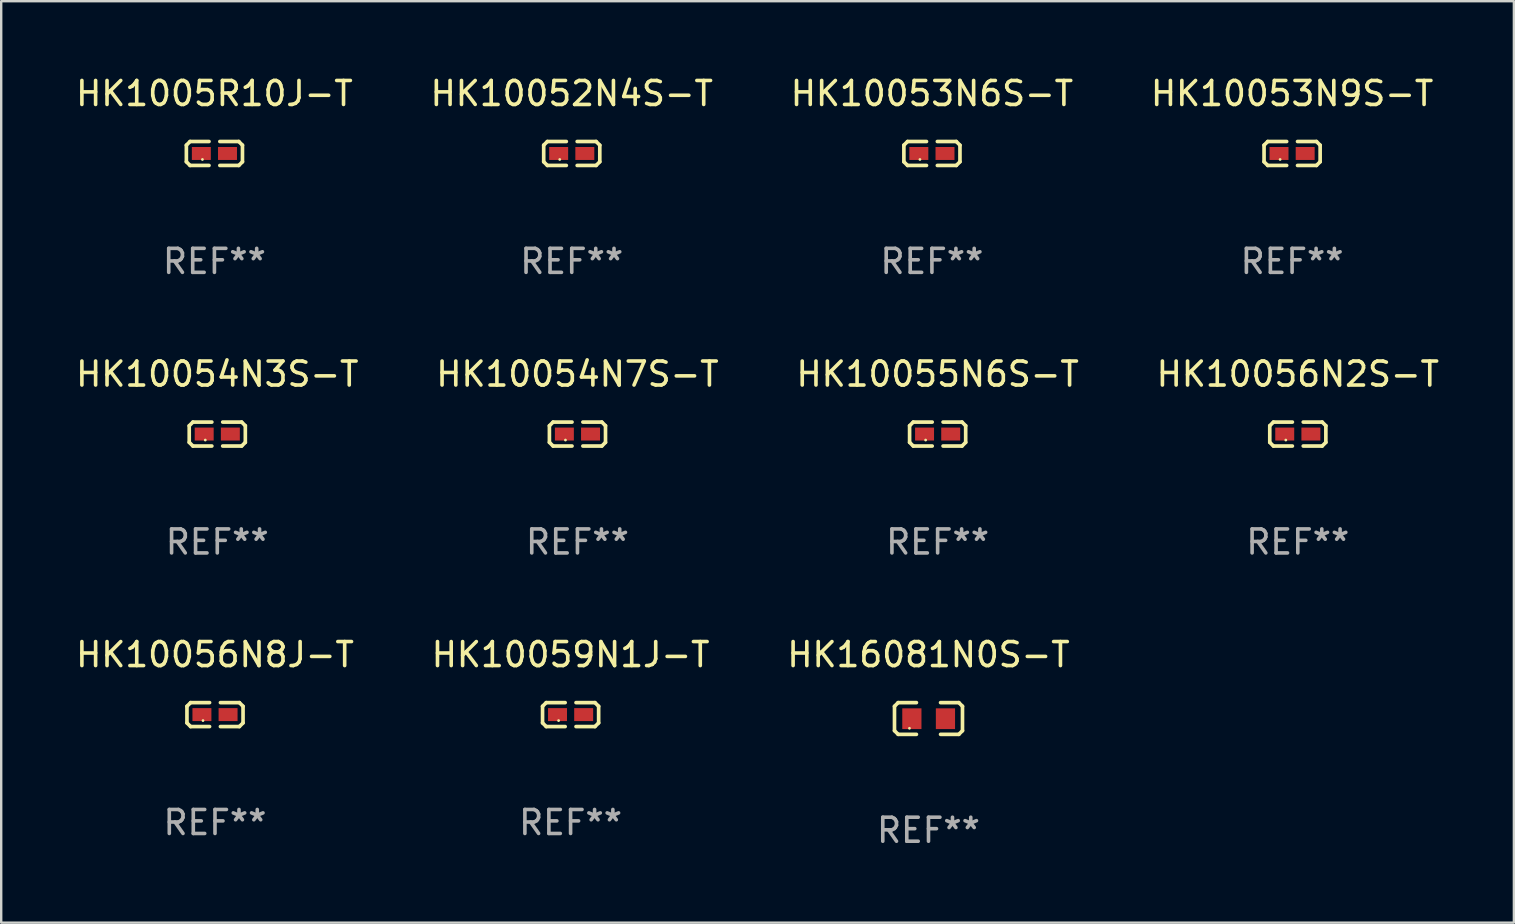
<source format=kicad_pcb>
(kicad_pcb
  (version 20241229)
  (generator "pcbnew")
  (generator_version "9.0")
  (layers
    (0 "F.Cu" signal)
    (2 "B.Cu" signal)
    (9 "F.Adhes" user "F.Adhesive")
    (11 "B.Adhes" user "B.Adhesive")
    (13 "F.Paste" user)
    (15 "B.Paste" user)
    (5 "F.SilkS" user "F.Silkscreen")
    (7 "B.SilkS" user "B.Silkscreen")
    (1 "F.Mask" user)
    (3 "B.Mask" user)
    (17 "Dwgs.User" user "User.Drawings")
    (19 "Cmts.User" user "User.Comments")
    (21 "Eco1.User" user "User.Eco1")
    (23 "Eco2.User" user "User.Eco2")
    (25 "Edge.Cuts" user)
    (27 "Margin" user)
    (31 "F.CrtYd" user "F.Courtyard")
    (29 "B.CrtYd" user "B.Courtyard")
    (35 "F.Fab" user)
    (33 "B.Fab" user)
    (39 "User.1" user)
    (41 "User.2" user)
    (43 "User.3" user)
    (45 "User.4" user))
  (footprint "HK1005R10J-T"
    (layer "F.Cu")
    (at 5.887 3.347)
    (property "Reference" "HK1005R10J-T" (at 0 -2.499 0) (layer "F.SilkS") (effects (font (size 1 1) (thickness 0.15))))
    (attr through_hole)
    (fp_line (start -1.169 -0.346) (end -1.016 -0.499) (stroke (width 0.152) (type solid)) (layer "F.SilkS"))
    (fp_line (start -1.169 0.346) (end -1.169 -0.346) (stroke (width 0.152) (type solid)) (layer "F.SilkS"))
    (fp_line (start -1.016 -0.499) (end -0.226 -0.499) (stroke (width 0.152) (type solid)) (layer "F.SilkS"))
    (fp_line (start -1.016 0.499) (end -1.169 0.346) (stroke (width 0.152) (type solid)) (layer "F.SilkS"))
    (fp_line (start -0.226 0.499) (end -1.016 0.499) (stroke (width 0.152) (type solid)) (layer "F.SilkS"))
    (fp_line (start 0.226 0.499) (end 1.016 0.499) (stroke (width 0.152) (type solid)) (layer "F.SilkS"))
    (fp_line (start 1.016 -0.499) (end 0.226 -0.499) (stroke (width 0.152) (type solid)) (layer "F.SilkS"))
    (fp_line (start 1.016 0.499) (end 1.169 0.346) (stroke (width 0.152) (type solid)) (layer "F.SilkS"))
    (fp_line (start 1.169 -0.346) (end 1.016 -0.499) (stroke (width 0.152) (type solid)) (layer "F.SilkS"))
    (fp_line (start 1.169 0.346) (end 1.169 -0.346) (stroke (width 0.152) (type solid)) (layer "F.SilkS"))
    (fp_circle (center -0.5 0.25) (end -0.47 0.25) (stroke (width 0.06) (type solid)) (fill no) (layer "F.SilkS"))
    (fp_text user "REF**" (at 0 4.499 0) (layer "F.Fab") (effects (font (size 1 1) (thickness 0.15))))
    (pad "1" smd rect (at -0.545 0) (size 0.79 0.54) (layers "F.Cu" "F.Mask" "F.Paste"))
    (pad "2" smd rect (at 0.545 0) (size 0.79 0.54) (layers "F.Cu" "F.Mask" "F.Paste")))
  (footprint "HK10055N6S-T"
    (layer "F.Cu")
    (at 36.03 15.041)
    (property "Reference" "HK10055N6S-T" (at 0 -2.499 0) (layer "F.SilkS") (effects (font (size 1 1) (thickness 0.15))))
    (attr through_hole)
    (fp_line (start -1.169 -0.346) (end -1.016 -0.499) (stroke (width 0.152) (type solid)) (layer "F.SilkS"))
    (fp_line (start -1.169 0.346) (end -1.169 -0.346) (stroke (width 0.152) (type solid)) (layer "F.SilkS"))
    (fp_line (start -1.016 -0.499) (end -0.226 -0.499) (stroke (width 0.152) (type solid)) (layer "F.SilkS"))
    (fp_line (start -1.016 0.499) (end -1.169 0.346) (stroke (width 0.152) (type solid)) (layer "F.SilkS"))
    (fp_line (start -0.226 0.499) (end -1.016 0.499) (stroke (width 0.152) (type solid)) (layer "F.SilkS"))
    (fp_line (start 0.226 0.499) (end 1.016 0.499) (stroke (width 0.152) (type solid)) (layer "F.SilkS"))
    (fp_line (start 1.016 -0.499) (end 0.226 -0.499) (stroke (width 0.152) (type solid)) (layer "F.SilkS"))
    (fp_line (start 1.016 0.499) (end 1.169 0.346) (stroke (width 0.152) (type solid)) (layer "F.SilkS"))
    (fp_line (start 1.169 -0.346) (end 1.016 -0.499) (stroke (width 0.152) (type solid)) (layer "F.SilkS"))
    (fp_line (start 1.169 0.346) (end 1.169 -0.346) (stroke (width 0.152) (type solid)) (layer "F.SilkS"))
    (fp_circle (center -0.5 0.25) (end -0.47 0.25) (stroke (width 0.06) (type solid)) (fill no) (layer "F.SilkS"))
    (fp_text user "REF**" (at 0 4.499 0) (layer "F.Fab") (effects (font (size 1 1) (thickness 0.15))))
    (pad "1" smd rect (at -0.545 0) (size 0.79 0.54) (layers "F.Cu" "F.Mask" "F.Paste"))
    (pad "2" smd rect (at 0.545 0) (size 0.79 0.54) (layers "F.Cu" "F.Mask" "F.Paste")))
  (footprint "HK16081N0S-T"
    (layer "F.Cu")
    (at 35.649 26.896)
    (property "Reference" "HK16081N0S-T" (at 0 -2.661 0) (layer "F.SilkS") (effects (font (size 1 1) (thickness 0.15))))
    (attr through_hole)
    (fp_line (start -1.417 -0.508) (end -1.265 -0.661) (stroke (width 0.152) (type solid)) (layer "F.SilkS"))
    (fp_line (start -1.417 0.508) (end -1.417 -0.508) (stroke (width 0.152) (type solid)) (layer "F.SilkS"))
    (fp_line (start -1.265 -0.661) (end -0.503 -0.661) (stroke (width 0.152) (type solid)) (layer "F.SilkS"))
    (fp_line (start -1.265 0.661) (end -1.417 0.508) (stroke (width 0.152) (type solid)) (layer "F.SilkS"))
    (fp_line (start -1.265 0.661) (end -0.503 0.661) (stroke (width 0.152) (type solid)) (layer "F.SilkS"))
    (fp_line (start 1.265 -0.661) (end 0.503 -0.661) (stroke (width 0.152) (type solid)) (layer "F.SilkS"))
    (fp_line (start 1.265 -0.661) (end 1.417 -0.508) (stroke (width 0.152) (type solid)) (layer "F.SilkS"))
    (fp_line (start 1.265 0.661) (end 0.503 0.661) (stroke (width 0.152) (type solid)) (layer "F.SilkS"))
    (fp_line (start 1.417 -0.508) (end 1.417 0.508) (stroke (width 0.152) (type solid)) (layer "F.SilkS"))
    (fp_line (start 1.417 0.508) (end 1.265 0.661) (stroke (width 0.152) (type solid)) (layer "F.SilkS"))
    (fp_circle (center -0.793 0.409) (end -0.763 0.409) (stroke (width 0.06) (type solid)) (fill no) (layer "F.SilkS"))
    (fp_text user "REF**" (at 0 4.661 0) (layer "F.Fab") (effects (font (size 1 1) (thickness 0.15))))
    (pad "1" smd rect (at -0.693 0.009 180) (size 0.8 0.864) (layers "F.Cu" "F.Mask" "F.Paste"))
    (pad "2" smd rect (at 0.707 0.009 180) (size 0.8 0.864) (layers "F.Cu" "F.Mask" "F.Paste")))
  (footprint "HK10052N4S-T"
    (layer "F.Cu")
    (at 20.78 3.347)
    (property "Reference" "HK10052N4S-T" (at 0 -2.499 0) (layer "F.SilkS") (effects (font (size 1 1) (thickness 0.15))))
    (attr through_hole)
    (fp_line (start -1.169 -0.346) (end -1.016 -0.499) (stroke (width 0.152) (type solid)) (layer "F.SilkS"))
    (fp_line (start -1.169 0.346) (end -1.169 -0.346) (stroke (width 0.152) (type solid)) (layer "F.SilkS"))
    (fp_line (start -1.016 -0.499) (end -0.226 -0.499) (stroke (width 0.152) (type solid)) (layer "F.SilkS"))
    (fp_line (start -1.016 0.499) (end -1.169 0.346) (stroke (width 0.152) (type solid)) (layer "F.SilkS"))
    (fp_line (start -0.226 0.499) (end -1.016 0.499) (stroke (width 0.152) (type solid)) (layer "F.SilkS"))
    (fp_line (start 0.226 0.499) (end 1.016 0.499) (stroke (width 0.152) (type solid)) (layer "F.SilkS"))
    (fp_line (start 1.016 -0.499) (end 0.226 -0.499) (stroke (width 0.152) (type solid)) (layer "F.SilkS"))
    (fp_line (start 1.016 0.499) (end 1.169 0.346) (stroke (width 0.152) (type solid)) (layer "F.SilkS"))
    (fp_line (start 1.169 -0.346) (end 1.016 -0.499) (stroke (width 0.152) (type solid)) (layer "F.SilkS"))
    (fp_line (start 1.169 0.346) (end 1.169 -0.346) (stroke (width 0.152) (type solid)) (layer "F.SilkS"))
    (fp_circle (center -0.5 0.25) (end -0.47 0.25) (stroke (width 0.06) (type solid)) (fill no) (layer "F.SilkS"))
    (fp_text user "REF**" (at 0 4.499 0) (layer "F.Fab") (effects (font (size 1 1) (thickness 0.15))))
    (pad "1" smd rect (at -0.545 0) (size 0.79 0.54) (layers "F.Cu" "F.Mask" "F.Paste"))
    (pad "2" smd rect (at 0.545 0) (size 0.79 0.54) (layers "F.Cu" "F.Mask" "F.Paste")))
  (footprint "HK10054N3S-T"
    (layer "F.Cu")
    (at 6.006 15.041)
    (property "Reference" "HK10054N3S-T" (at 0 -2.499 0) (layer "F.SilkS") (effects (font (size 1 1) (thickness 0.15))))
    (attr through_hole)
    (fp_line (start -1.169 -0.346) (end -1.016 -0.499) (stroke (width 0.152) (type solid)) (layer "F.SilkS"))
    (fp_line (start -1.169 0.346) (end -1.169 -0.346) (stroke (width 0.152) (type solid)) (layer "F.SilkS"))
    (fp_line (start -1.016 -0.499) (end -0.226 -0.499) (stroke (width 0.152) (type solid)) (layer "F.SilkS"))
    (fp_line (start -1.016 0.499) (end -1.169 0.346) (stroke (width 0.152) (type solid)) (layer "F.SilkS"))
    (fp_line (start -0.226 0.499) (end -1.016 0.499) (stroke (width 0.152) (type solid)) (layer "F.SilkS"))
    (fp_line (start 0.226 0.499) (end 1.016 0.499) (stroke (width 0.152) (type solid)) (layer "F.SilkS"))
    (fp_line (start 1.016 -0.499) (end 0.226 -0.499) (stroke (width 0.152) (type solid)) (layer "F.SilkS"))
    (fp_line (start 1.016 0.499) (end 1.169 0.346) (stroke (width 0.152) (type solid)) (layer "F.SilkS"))
    (fp_line (start 1.169 -0.346) (end 1.016 -0.499) (stroke (width 0.152) (type solid)) (layer "F.SilkS"))
    (fp_line (start 1.169 0.346) (end 1.169 -0.346) (stroke (width 0.152) (type solid)) (layer "F.SilkS"))
    (fp_circle (center -0.5 0.25) (end -0.47 0.25) (stroke (width 0.06) (type solid)) (fill no) (layer "F.SilkS"))
    (fp_text user "REF**" (at 0 4.499 0) (layer "F.Fab") (effects (font (size 1 1) (thickness 0.15))))
    (pad "1" smd rect (at -0.545 0) (size 0.79 0.54) (layers "F.Cu" "F.Mask" "F.Paste"))
    (pad "2" smd rect (at 0.545 0) (size 0.79 0.54) (layers "F.Cu" "F.Mask" "F.Paste")))
  (footprint "HK10054N7S-T"
    (layer "F.Cu")
    (at 21.018 15.041)
    (property "Reference" "HK10054N7S-T" (at 0 -2.499 0) (layer "F.SilkS") (effects (font (size 1 1) (thickness 0.15))))
    (attr through_hole)
    (fp_line (start -1.169 -0.346) (end -1.016 -0.499) (stroke (width 0.152) (type solid)) (layer "F.SilkS"))
    (fp_line (start -1.169 0.346) (end -1.169 -0.346) (stroke (width 0.152) (type solid)) (layer "F.SilkS"))
    (fp_line (start -1.016 -0.499) (end -0.226 -0.499) (stroke (width 0.152) (type solid)) (layer "F.SilkS"))
    (fp_line (start -1.016 0.499) (end -1.169 0.346) (stroke (width 0.152) (type solid)) (layer "F.SilkS"))
    (fp_line (start -0.226 0.499) (end -1.016 0.499) (stroke (width 0.152) (type solid)) (layer "F.SilkS"))
    (fp_line (start 0.226 0.499) (end 1.016 0.499) (stroke (width 0.152) (type solid)) (layer "F.SilkS"))
    (fp_line (start 1.016 -0.499) (end 0.226 -0.499) (stroke (width 0.152) (type solid)) (layer "F.SilkS"))
    (fp_line (start 1.016 0.499) (end 1.169 0.346) (stroke (width 0.152) (type solid)) (layer "F.SilkS"))
    (fp_line (start 1.169 -0.346) (end 1.016 -0.499) (stroke (width 0.152) (type solid)) (layer "F.SilkS"))
    (fp_line (start 1.169 0.346) (end 1.169 -0.346) (stroke (width 0.152) (type solid)) (layer "F.SilkS"))
    (fp_circle (center -0.5 0.25) (end -0.47 0.25) (stroke (width 0.06) (type solid)) (fill no) (layer "F.SilkS"))
    (fp_text user "REF**" (at 0 4.499 0) (layer "F.Fab") (effects (font (size 1 1) (thickness 0.15))))
    (pad "1" smd rect (at -0.545 0) (size 0.79 0.54) (layers "F.Cu" "F.Mask" "F.Paste"))
    (pad "2" smd rect (at 0.545 0) (size 0.79 0.54) (layers "F.Cu" "F.Mask" "F.Paste")))
  (footprint "HK10053N6S-T"
    (layer "F.Cu")
    (at 35.792 3.347)
    (property "Reference" "HK10053N6S-T" (at 0 -2.499 0) (layer "F.SilkS") (effects (font (size 1 1) (thickness 0.15))))
    (attr through_hole)
    (fp_line (start -1.169 -0.346) (end -1.016 -0.499) (stroke (width 0.152) (type solid)) (layer "F.SilkS"))
    (fp_line (start -1.169 0.346) (end -1.169 -0.346) (stroke (width 0.152) (type solid)) (layer "F.SilkS"))
    (fp_line (start -1.016 -0.499) (end -0.226 -0.499) (stroke (width 0.152) (type solid)) (layer "F.SilkS"))
    (fp_line (start -1.016 0.499) (end -1.169 0.346) (stroke (width 0.152) (type solid)) (layer "F.SilkS"))
    (fp_line (start -0.226 0.499) (end -1.016 0.499) (stroke (width 0.152) (type solid)) (layer "F.SilkS"))
    (fp_line (start 0.226 0.499) (end 1.016 0.499) (stroke (width 0.152) (type solid)) (layer "F.SilkS"))
    (fp_line (start 1.016 -0.499) (end 0.226 -0.499) (stroke (width 0.152) (type solid)) (layer "F.SilkS"))
    (fp_line (start 1.016 0.499) (end 1.169 0.346) (stroke (width 0.152) (type solid)) (layer "F.SilkS"))
    (fp_line (start 1.169 -0.346) (end 1.016 -0.499) (stroke (width 0.152) (type solid)) (layer "F.SilkS"))
    (fp_line (start 1.169 0.346) (end 1.169 -0.346) (stroke (width 0.152) (type solid)) (layer "F.SilkS"))
    (fp_circle (center -0.5 0.25) (end -0.47 0.25) (stroke (width 0.06) (type solid)) (fill no) (layer "F.SilkS"))
    (fp_text user "REF**" (at 0 4.499 0) (layer "F.Fab") (effects (font (size 1 1) (thickness 0.15))))
    (pad "1" smd rect (at -0.545 0) (size 0.79 0.54) (layers "F.Cu" "F.Mask" "F.Paste"))
    (pad "2" smd rect (at 0.545 0) (size 0.79 0.54) (layers "F.Cu" "F.Mask" "F.Paste")))
  (footprint "HK10059N1J-T"
    (layer "F.Cu")
    (at 20.732 26.734)
    (property "Reference" "HK10059N1J-T" (at 0 -2.499 0) (layer "F.SilkS") (effects (font (size 1 1) (thickness 0.15))))
    (attr through_hole)
    (fp_line (start -1.169 -0.346) (end -1.016 -0.499) (stroke (width 0.152) (type solid)) (layer "F.SilkS"))
    (fp_line (start -1.169 0.346) (end -1.169 -0.346) (stroke (width 0.152) (type solid)) (layer "F.SilkS"))
    (fp_line (start -1.016 -0.499) (end -0.226 -0.499) (stroke (width 0.152) (type solid)) (layer "F.SilkS"))
    (fp_line (start -1.016 0.499) (end -1.169 0.346) (stroke (width 0.152) (type solid)) (layer "F.SilkS"))
    (fp_line (start -0.226 0.499) (end -1.016 0.499) (stroke (width 0.152) (type solid)) (layer "F.SilkS"))
    (fp_line (start 0.226 0.499) (end 1.016 0.499) (stroke (width 0.152) (type solid)) (layer "F.SilkS"))
    (fp_line (start 1.016 -0.499) (end 0.226 -0.499) (stroke (width 0.152) (type solid)) (layer "F.SilkS"))
    (fp_line (start 1.016 0.499) (end 1.169 0.346) (stroke (width 0.152) (type solid)) (layer "F.SilkS"))
    (fp_line (start 1.169 -0.346) (end 1.016 -0.499) (stroke (width 0.152) (type solid)) (layer "F.SilkS"))
    (fp_line (start 1.169 0.346) (end 1.169 -0.346) (stroke (width 0.152) (type solid)) (layer "F.SilkS"))
    (fp_circle (center -0.5 0.25) (end -0.47 0.25) (stroke (width 0.06) (type solid)) (fill no) (layer "F.SilkS"))
    (fp_text user "REF**" (at 0 4.499 0) (layer "F.Fab") (effects (font (size 1 1) (thickness 0.15))))
    (pad "1" smd rect (at -0.545 0) (size 0.79 0.54) (layers "F.Cu" "F.Mask" "F.Paste"))
    (pad "2" smd rect (at 0.545 0) (size 0.79 0.54) (layers "F.Cu" "F.Mask" "F.Paste")))
  (footprint "HK10056N2S-T"
    (layer "F.Cu")
    (at 51.042 15.041)
    (property "Reference" "HK10056N2S-T" (at 0 -2.499 0) (layer "F.SilkS") (effects (font (size 1 1) (thickness 0.15))))
    (attr through_hole)
    (fp_line (start -1.169 -0.346) (end -1.016 -0.499) (stroke (width 0.152) (type solid)) (layer "F.SilkS"))
    (fp_line (start -1.169 0.346) (end -1.169 -0.346) (stroke (width 0.152) (type solid)) (layer "F.SilkS"))
    (fp_line (start -1.016 -0.499) (end -0.226 -0.499) (stroke (width 0.152) (type solid)) (layer "F.SilkS"))
    (fp_line (start -1.016 0.499) (end -1.169 0.346) (stroke (width 0.152) (type solid)) (layer "F.SilkS"))
    (fp_line (start -0.226 0.499) (end -1.016 0.499) (stroke (width 0.152) (type solid)) (layer "F.SilkS"))
    (fp_line (start 0.226 0.499) (end 1.016 0.499) (stroke (width 0.152) (type solid)) (layer "F.SilkS"))
    (fp_line (start 1.016 -0.499) (end 0.226 -0.499) (stroke (width 0.152) (type solid)) (layer "F.SilkS"))
    (fp_line (start 1.016 0.499) (end 1.169 0.346) (stroke (width 0.152) (type solid)) (layer "F.SilkS"))
    (fp_line (start 1.169 -0.346) (end 1.016 -0.499) (stroke (width 0.152) (type solid)) (layer "F.SilkS"))
    (fp_line (start 1.169 0.346) (end 1.169 -0.346) (stroke (width 0.152) (type solid)) (layer "F.SilkS"))
    (fp_circle (center -0.5 0.25) (end -0.47 0.25) (stroke (width 0.06) (type solid)) (fill no) (layer "F.SilkS"))
    (fp_text user "REF**" (at 0 4.499 0) (layer "F.Fab") (effects (font (size 1 1) (thickness 0.15))))
    (pad "1" smd rect (at -0.545 0) (size 0.79 0.54) (layers "F.Cu" "F.Mask" "F.Paste"))
    (pad "2" smd rect (at 0.545 0) (size 0.79 0.54) (layers "F.Cu" "F.Mask" "F.Paste")))
  (footprint "HK10056N8J-T"
    (layer "F.Cu")
    (at 5.911 26.734)
    (property "Reference" "HK10056N8J-T" (at 0 -2.499 0) (layer "F.SilkS") (effects (font (size 1 1) (thickness 0.15))))
    (attr through_hole)
    (fp_line (start -1.169 -0.346) (end -1.016 -0.499) (stroke (width 0.152) (type solid)) (layer "F.SilkS"))
    (fp_line (start -1.169 0.346) (end -1.169 -0.346) (stroke (width 0.152) (type solid)) (layer "F.SilkS"))
    (fp_line (start -1.016 -0.499) (end -0.226 -0.499) (stroke (width 0.152) (type solid)) (layer "F.SilkS"))
    (fp_line (start -1.016 0.499) (end -1.169 0.346) (stroke (width 0.152) (type solid)) (layer "F.SilkS"))
    (fp_line (start -0.226 0.499) (end -1.016 0.499) (stroke (width 0.152) (type solid)) (layer "F.SilkS"))
    (fp_line (start 0.226 0.499) (end 1.016 0.499) (stroke (width 0.152) (type solid)) (layer "F.SilkS"))
    (fp_line (start 1.016 -0.499) (end 0.226 -0.499) (stroke (width 0.152) (type solid)) (layer "F.SilkS"))
    (fp_line (start 1.016 0.499) (end 1.169 0.346) (stroke (width 0.152) (type solid)) (layer "F.SilkS"))
    (fp_line (start 1.169 -0.346) (end 1.016 -0.499) (stroke (width 0.152) (type solid)) (layer "F.SilkS"))
    (fp_line (start 1.169 0.346) (end 1.169 -0.346) (stroke (width 0.152) (type solid)) (layer "F.SilkS"))
    (fp_circle (center -0.5 0.25) (end -0.47 0.25) (stroke (width 0.06) (type solid)) (fill no) (layer "F.SilkS"))
    (fp_text user "REF**" (at 0 4.499 0) (layer "F.Fab") (effects (font (size 1 1) (thickness 0.15))))
    (pad "1" smd rect (at -0.545 0) (size 0.79 0.54) (layers "F.Cu" "F.Mask" "F.Paste"))
    (pad "2" smd rect (at 0.545 0) (size 0.79 0.54) (layers "F.Cu" "F.Mask" "F.Paste")))
  (footprint "HK10053N9S-T"
    (layer "F.Cu")
    (at 50.804 3.347)
    (property "Reference" "HK10053N9S-T" (at 0 -2.499 0) (layer "F.SilkS") (effects (font (size 1 1) (thickness 0.15))))
    (attr through_hole)
    (fp_line (start -1.169 -0.346) (end -1.016 -0.499) (stroke (width 0.152) (type solid)) (layer "F.SilkS"))
    (fp_line (start -1.169 0.346) (end -1.169 -0.346) (stroke (width 0.152) (type solid)) (layer "F.SilkS"))
    (fp_line (start -1.016 -0.499) (end -0.226 -0.499) (stroke (width 0.152) (type solid)) (layer "F.SilkS"))
    (fp_line (start -1.016 0.499) (end -1.169 0.346) (stroke (width 0.152) (type solid)) (layer "F.SilkS"))
    (fp_line (start -0.226 0.499) (end -1.016 0.499) (stroke (width 0.152) (type solid)) (layer "F.SilkS"))
    (fp_line (start 0.226 0.499) (end 1.016 0.499) (stroke (width 0.152) (type solid)) (layer "F.SilkS"))
    (fp_line (start 1.016 -0.499) (end 0.226 -0.499) (stroke (width 0.152) (type solid)) (layer "F.SilkS"))
    (fp_line (start 1.016 0.499) (end 1.169 0.346) (stroke (width 0.152) (type solid)) (layer "F.SilkS"))
    (fp_line (start 1.169 -0.346) (end 1.016 -0.499) (stroke (width 0.152) (type solid)) (layer "F.SilkS"))
    (fp_line (start 1.169 0.346) (end 1.169 -0.346) (stroke (width 0.152) (type solid)) (layer "F.SilkS"))
    (fp_circle (center -0.5 0.25) (end -0.47 0.25) (stroke (width 0.06) (type solid)) (fill no) (layer "F.SilkS"))
    (fp_text user "REF**" (at 0 4.499 0) (layer "F.Fab") (effects (font (size 1 1) (thickness 0.15))))
    (pad "1" smd rect (at -0.545 0) (size 0.79 0.54) (layers "F.Cu" "F.Mask" "F.Paste"))
    (pad "2" smd rect (at 0.545 0) (size 0.79 0.54) (layers "F.Cu" "F.Mask" "F.Paste")))
  (gr_rect
    (start -3 -3)
    (end 60.048 35.405)
    (stroke (width 0.1) (type default))
    (fill no)
    (layer "Edge.Cuts")))
</source>
